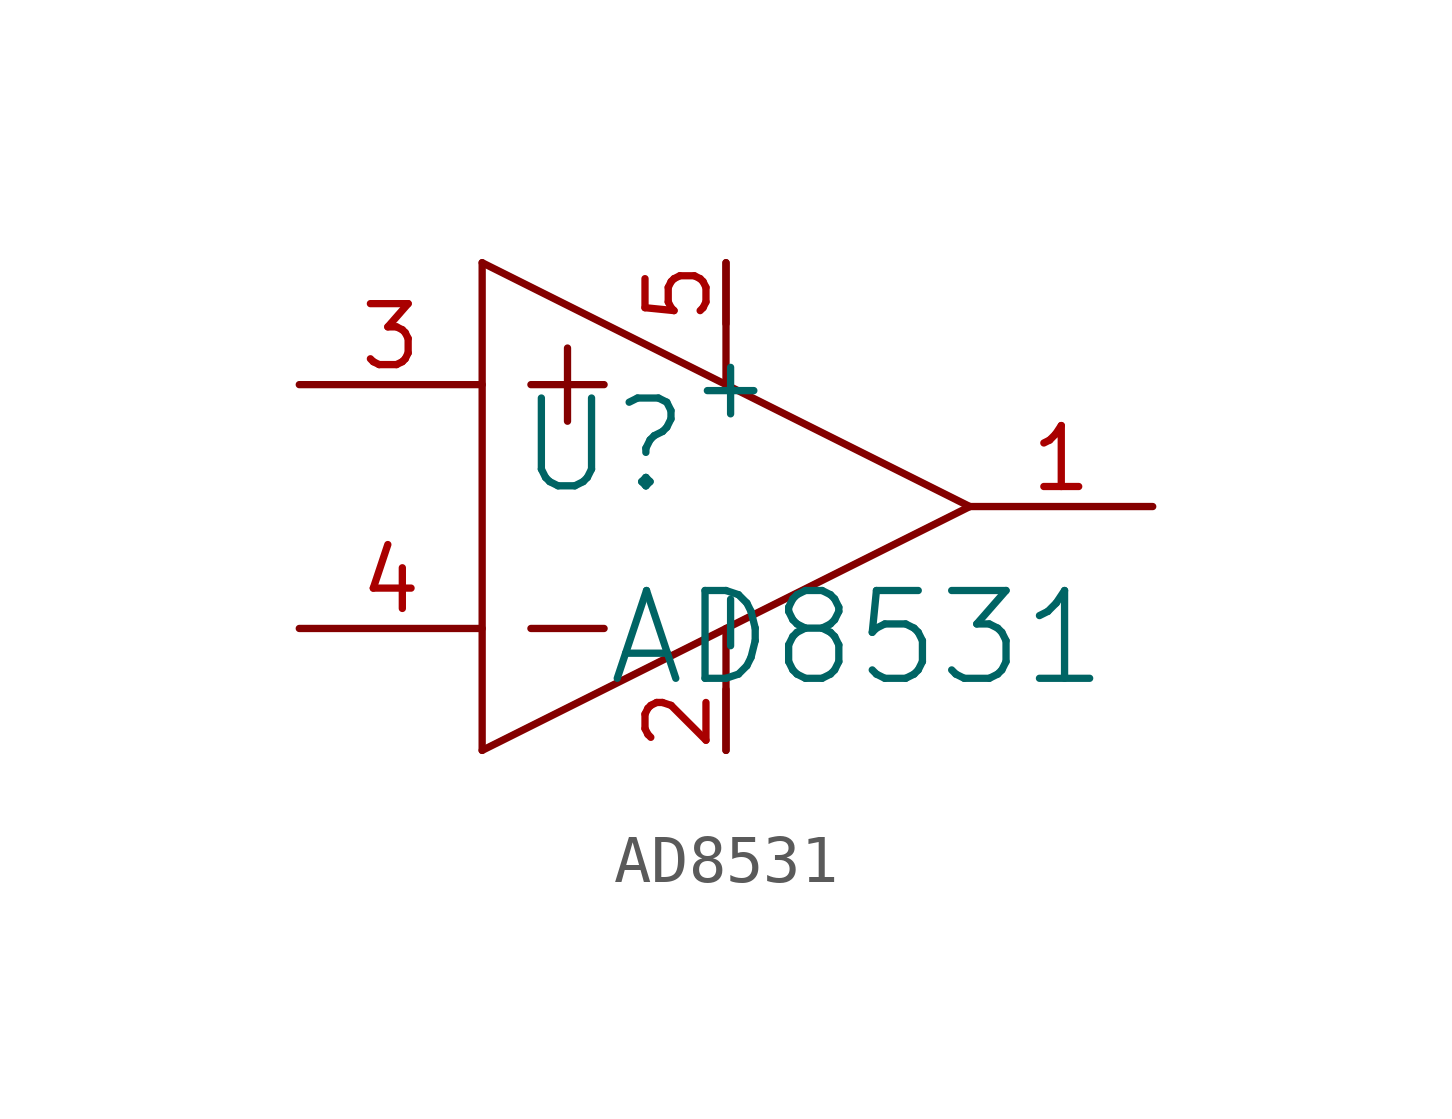
<source format=kicad_sym>
(kicad_symbol_lib
  (version 20241209)
  (generator "kicad_symbol_editor")
  (generator_version "9.0")
  (symbol "AD8531"
    (property "Reference" "U"
      (at -1.27 1.27 0)
      (effects (font (size 1.829 1.829))))
    (property "Value" "AD8531"
      (at -1.27 -3.81 0)
      (effects (font (size 1.829 1.829)) (justify left bottom)))
    (symbol "AD8531_1_0"
      (polyline (pts (xy -3.81 5.08) (xy 6.35 0)) (stroke (width 0) (type solid)) (fill (type none)))
      (polyline (pts (xy -3.81 -5.08) (xy -3.81 5.08)) (stroke (width 0) (type solid)) (fill (type none)))
      (polyline (pts (xy -3.81 -5.08) (xy 6.35 0)) (stroke (width 0) (type solid)) (fill (type none)))
      (polyline (pts (xy -2.794 2.54) (xy -1.27 2.54)) (stroke (width 0) (type solid)) (fill (type none)))
      (polyline (pts (xy -2.794 -2.54) (xy -1.27 -2.54)) (stroke (width 0) (type solid)) (fill (type none)))
      (polyline (pts (xy -2.032 1.778) (xy -2.032 3.302)) (stroke (width 0) (type solid)) (fill (type none)))
      (polyline (pts (xy 1.27 2.54) (xy 1.27 5.08)) (stroke (width 0) (type solid)) (fill (type none)))
      (polyline (pts (xy 1.27 -5.08) (xy 1.27 -2.54)) (stroke (width 0) (type solid)) (fill (type none)))
      (pin passive line (at -7.62 2.54 0) (length 3.81) (name "IN1+" (effects (font (size 0 0)))) (number "3" (effects (font (size 1.27 1.27)))))
      (pin passive line (at -7.62 -2.54 0) (length 3.81) (name "IN1-" (effects (font (size 0 0)))) (number "4" (effects (font (size 1.27 1.27)))))
      (pin power_in line (at 1.27 5.08 270) (length 1.27) (name "+" (effects (font (size 1.27 1.27)))) (number "5" (effects (font (size 1.27 1.27)))))
      (pin power_in line (at 1.27 -5.08 90) (length 1.27) (name "-" (effects (font (size 1.27 1.27)))) (number "2" (effects (font (size 1.27 1.27)))))
      (pin passive line (at 10.16 0 180) (length 3.81) (name "OUT1" (effects (font (size 0 0)))) (number "1" (effects (font (size 1.27 1.27))))))))
</source>
